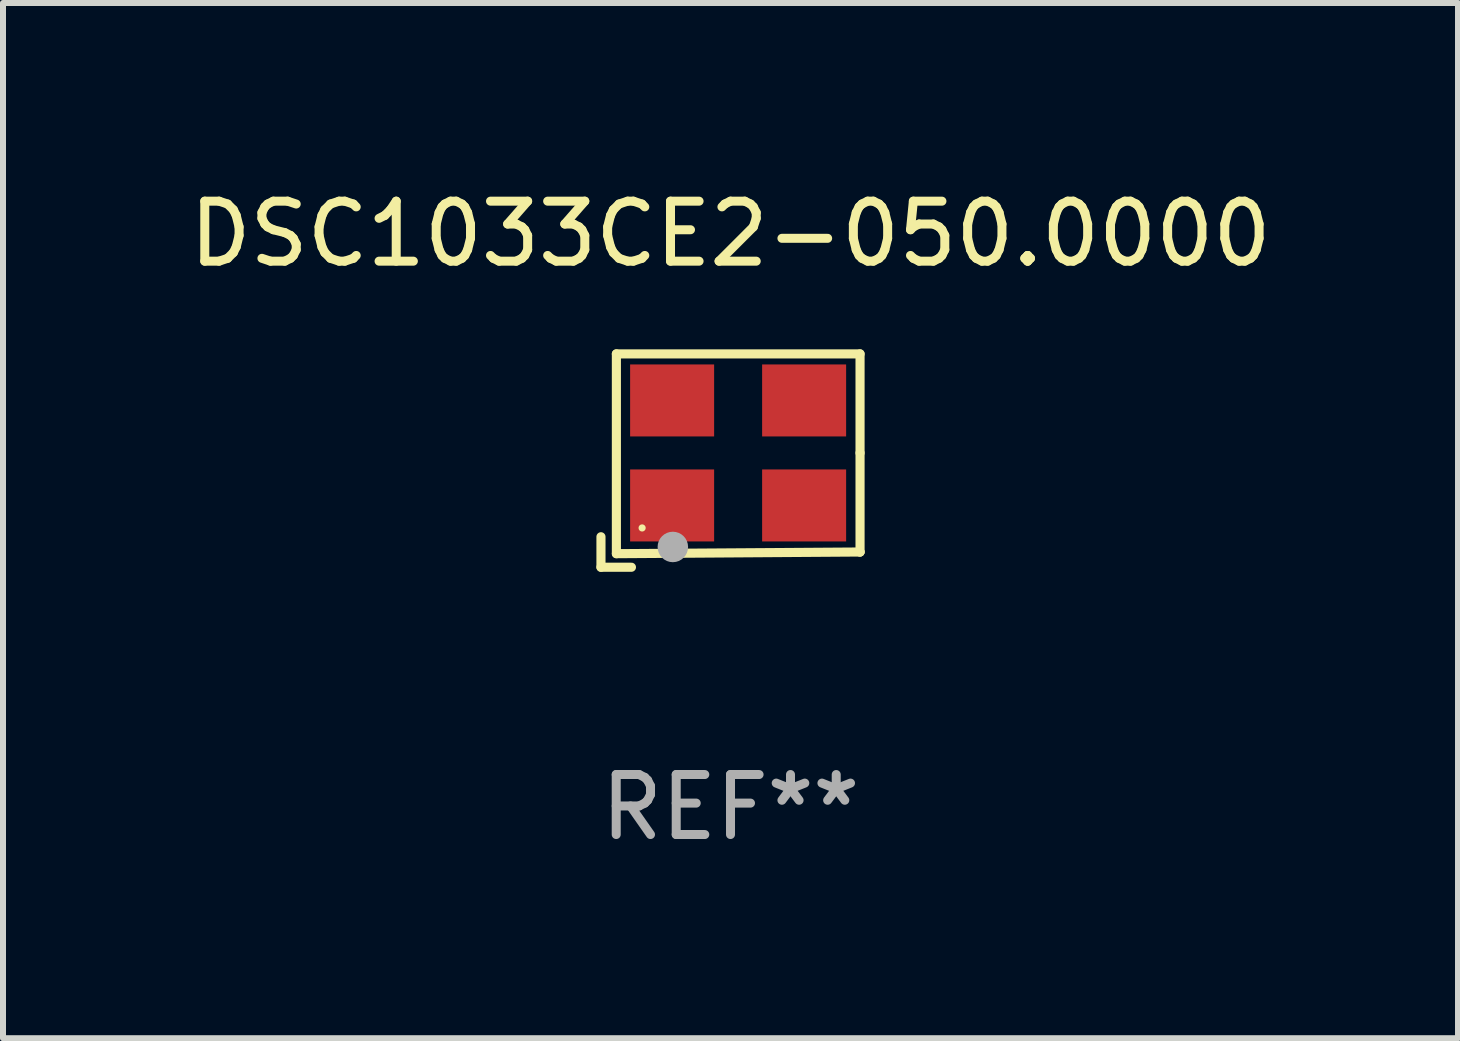
<source format=kicad_pcb>
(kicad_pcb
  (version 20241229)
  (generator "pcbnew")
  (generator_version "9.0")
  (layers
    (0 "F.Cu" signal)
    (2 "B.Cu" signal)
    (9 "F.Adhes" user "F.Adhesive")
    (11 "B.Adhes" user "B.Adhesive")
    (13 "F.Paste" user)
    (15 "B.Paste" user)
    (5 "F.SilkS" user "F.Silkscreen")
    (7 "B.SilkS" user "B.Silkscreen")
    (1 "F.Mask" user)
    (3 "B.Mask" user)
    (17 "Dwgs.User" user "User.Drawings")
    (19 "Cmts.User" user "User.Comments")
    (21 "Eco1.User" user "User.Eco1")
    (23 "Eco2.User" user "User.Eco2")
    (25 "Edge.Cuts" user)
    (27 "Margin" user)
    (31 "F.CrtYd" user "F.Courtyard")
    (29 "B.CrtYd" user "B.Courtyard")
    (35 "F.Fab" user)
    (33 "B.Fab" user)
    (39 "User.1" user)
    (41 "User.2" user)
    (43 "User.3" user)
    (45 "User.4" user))
  (footprint "DSC1033CE2-050.0000"
    (layer "F.Cu")
    (at 9.125 4.626)
    (property "Reference" "DSC1033CE2-050.0000" (at 0 -3.778 0) (layer "F.SilkS") (effects (font (size 1 1) (thickness 0.15))))
    (attr through_hole)
    (fp_line (start -2.159 1.27) (end -2.159 1.778) (stroke (width 0.152) (type solid)) (layer "F.SilkS"))
    (fp_line (start -2.159 1.778) (end -1.651 1.778) (stroke (width 0.152) (type solid)) (layer "F.SilkS"))
    (fp_line (start -1.902 -1.778) (end 2.159 -1.778) (stroke (width 0.152) (type solid)) (layer "F.SilkS"))
    (fp_line (start -1.902 1.552) (end -1.902 -1.778) (stroke (width 0.152) (type solid)) (layer "F.SilkS"))
    (fp_line (start 2.159 -1.778) (end 2.159 -0.127) (stroke (width 0.152) (type solid)) (layer "F.SilkS"))
    (fp_line (start 2.159 -0.127) (end 2.159 1.524) (stroke (width 0.152) (type solid)) (layer "F.SilkS"))
    (fp_line (start 2.159 1.524) (end -1.902 1.552) (stroke (width 0.152) (type solid)) (layer "F.SilkS"))
    (fp_line (start 2.159 1.524) (end 2.159 1.524) (stroke (width 0.152) (type solid)) (layer "F.SilkS"))
    (fp_circle (center -1.473 1.123) (end -1.443 1.123) (stroke (width 0.06) (type solid)) (fill no) (layer "F.SilkS"))
    (fp_circle (center -0.961 1.44) (end -0.834 1.44) (stroke (width 0.254) (type solid)) (fill no) (layer "F.Fab"))
    (fp_text user "REF**" (at 0 5.778 0) (layer "F.Fab") (effects (font (size 1 1) (thickness 0.15))))
    (pad "1" smd rect (at -0.973 0.748) (size 1.4 1.2) (layers "F.Cu" "F.Mask" "F.Paste"))
    (pad "2" smd rect (at 1.227 0.748) (size 1.4 1.2) (layers "F.Cu" "F.Mask" "F.Paste"))
    (pad "3" smd rect (at 1.227 -1.002) (size 1.4 1.2) (layers "F.Cu" "F.Mask" "F.Paste"))
    (pad "4" smd rect (at -0.973 -1.002) (size 1.4 1.2) (layers "F.Cu" "F.Mask" "F.Paste")))
  (gr_rect
    (start -3 -3)
    (end 21.25 14.253)
    (stroke (width 0.1) (type default))
    (fill no)
    (layer "Edge.Cuts")))
</source>
